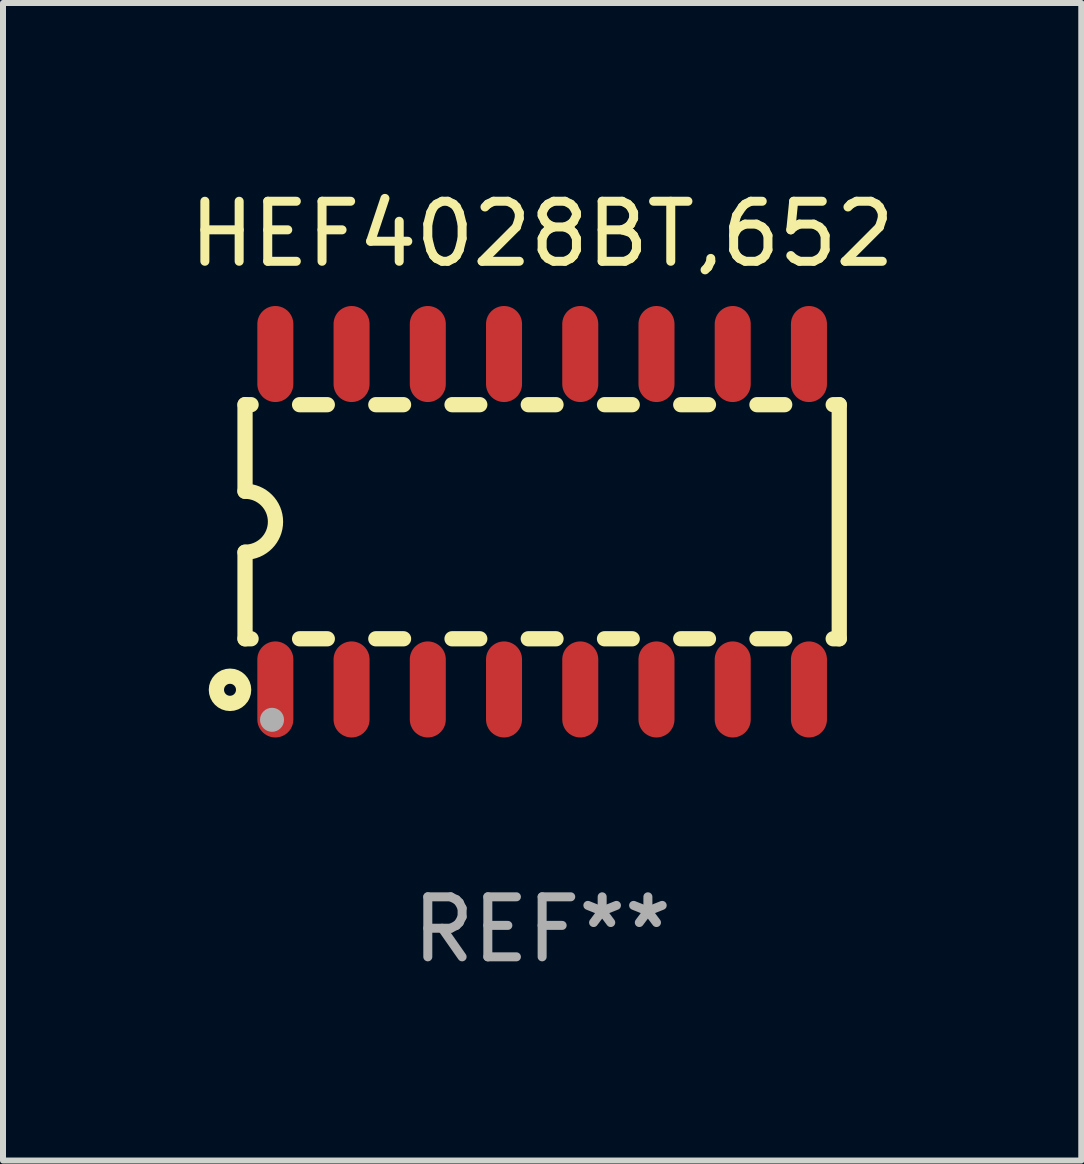
<source format=kicad_pcb>
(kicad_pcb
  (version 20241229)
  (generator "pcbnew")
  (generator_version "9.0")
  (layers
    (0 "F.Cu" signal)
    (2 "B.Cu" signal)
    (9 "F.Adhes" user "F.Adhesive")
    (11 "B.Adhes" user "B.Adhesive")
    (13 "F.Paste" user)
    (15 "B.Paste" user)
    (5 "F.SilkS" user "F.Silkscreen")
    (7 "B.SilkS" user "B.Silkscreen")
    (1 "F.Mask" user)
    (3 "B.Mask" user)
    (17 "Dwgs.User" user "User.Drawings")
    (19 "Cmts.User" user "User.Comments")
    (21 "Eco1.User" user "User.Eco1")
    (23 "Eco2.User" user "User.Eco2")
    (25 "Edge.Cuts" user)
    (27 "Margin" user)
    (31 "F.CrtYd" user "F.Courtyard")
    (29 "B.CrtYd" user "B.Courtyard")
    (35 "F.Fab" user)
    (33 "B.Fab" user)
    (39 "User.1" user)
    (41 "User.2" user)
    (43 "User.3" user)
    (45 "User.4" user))
  (footprint "HEF4028BT,652"
    (layer "F.Cu")
    (at 5.982 5.642)
    (property "Reference" "HEF4028BT,652" (at 0 -4.794 0) (layer "F.SilkS") (effects (font (size 1 1) (thickness 0.15))))
    (attr through_hole)
    (fp_line (start -4.95 -1.95) (end -4.95 -0.508) (stroke (width 0.254) (type solid)) (layer "F.SilkS"))
    (fp_line (start -4.95 -1.95) (end -4.849 -1.95) (stroke (width 0.254) (type solid)) (layer "F.SilkS"))
    (fp_line (start -4.95 1.95) (end -4.95 0.508) (stroke (width 0.254) (type solid)) (layer "F.SilkS"))
    (fp_line (start -4.95 1.95) (end -4.849 1.95) (stroke (width 0.254) (type solid)) (layer "F.SilkS"))
    (fp_line (start -4.041 -1.95) (end -3.579 -1.95) (stroke (width 0.254) (type solid)) (layer "F.SilkS"))
    (fp_line (start -4.041 1.95) (end -3.579 1.95) (stroke (width 0.254) (type solid)) (layer "F.SilkS"))
    (fp_line (start -2.771 -1.95) (end -2.309 -1.95) (stroke (width 0.254) (type solid)) (layer "F.SilkS"))
    (fp_line (start -2.771 1.95) (end -2.309 1.95) (stroke (width 0.254) (type solid)) (layer "F.SilkS"))
    (fp_line (start -1.501 -1.95) (end -1.039 -1.95) (stroke (width 0.254) (type solid)) (layer "F.SilkS"))
    (fp_line (start -1.501 1.95) (end -1.039 1.95) (stroke (width 0.254) (type solid)) (layer "F.SilkS"))
    (fp_line (start -0.231 -1.95) (end 0.231 -1.95) (stroke (width 0.254) (type solid)) (layer "F.SilkS"))
    (fp_line (start -0.231 1.95) (end 0.231 1.95) (stroke (width 0.254) (type solid)) (layer "F.SilkS"))
    (fp_line (start 1.039 -1.95) (end 1.501 -1.95) (stroke (width 0.254) (type solid)) (layer "F.SilkS"))
    (fp_line (start 1.039 1.95) (end 1.501 1.95) (stroke (width 0.254) (type solid)) (layer "F.SilkS"))
    (fp_line (start 2.309 -1.95) (end 2.771 -1.95) (stroke (width 0.254) (type solid)) (layer "F.SilkS"))
    (fp_line (start 2.309 1.95) (end 2.771 1.95) (stroke (width 0.254) (type solid)) (layer "F.SilkS"))
    (fp_line (start 3.579 -1.95) (end 4.041 -1.95) (stroke (width 0.254) (type solid)) (layer "F.SilkS"))
    (fp_line (start 3.579 1.95) (end 4.041 1.95) (stroke (width 0.254) (type solid)) (layer "F.SilkS"))
    (fp_line (start 4.849 -1.95) (end 4.95 -1.95) (stroke (width 0.254) (type solid)) (layer "F.SilkS"))
    (fp_line (start 4.849 1.95) (end 4.95 1.95) (stroke (width 0.254) (type solid)) (layer "F.SilkS"))
    (fp_line (start 4.95 -1.95) (end 4.95 1.95) (stroke (width 0.254) (type solid)) (layer "F.SilkS"))
    (fp_arc (start -4.95047 -0.508001) (mid -4.442469 -0.000228) (end -4.950013 0.508001) (stroke (width 0.254001) (type solid)) (layer "F.SilkS"))
    (fp_circle (center -5.2 2.8) (end -5.1 2.8) (stroke (width 0.254) (type solid)) (fill no) (layer "F.SilkS"))
    (fp_circle (center -4.95 2.947) (end -4.92 2.947) (stroke (width 0.06) (type solid)) (fill no) (layer "F.SilkS"))
    (fp_circle (center -4.5 3.3) (end -4.4 3.3) (stroke (width 0.2) (type solid)) (fill no) (layer "F.Fab"))
    (fp_text user "REF**" (at 0 6.794 0) (layer "F.Fab") (effects (font (size 1 1) (thickness 0.15))))
    (pad "1" smd oval (at -4.445 2.794) (size 0.6 1.6) (layers "F.Cu" "F.Mask" "F.Paste"))
    (pad "2" smd oval (at -3.175 2.794) (size 0.6 1.6) (layers "F.Cu" "F.Mask" "F.Paste"))
    (pad "3" smd oval (at -1.905 2.794) (size 0.6 1.6) (layers "F.Cu" "F.Mask" "F.Paste"))
    (pad "4" smd oval (at -0.635 2.794) (size 0.6 1.6) (layers "F.Cu" "F.Mask" "F.Paste"))
    (pad "5" smd oval (at 0.635 2.794) (size 0.6 1.6) (layers "F.Cu" "F.Mask" "F.Paste"))
    (pad "6" smd oval (at 1.905 2.794) (size 0.6 1.6) (layers "F.Cu" "F.Mask" "F.Paste"))
    (pad "7" smd oval (at 3.175 2.794) (size 0.6 1.6) (layers "F.Cu" "F.Mask" "F.Paste"))
    (pad "8" smd oval (at 4.445 2.794) (size 0.6 1.6) (layers "F.Cu" "F.Mask" "F.Paste"))
    (pad "9" smd oval (at 4.445 -2.794) (size 0.6 1.6) (layers "F.Cu" "F.Mask" "F.Paste"))
    (pad "10" smd oval (at 3.175 -2.794) (size 0.6 1.6) (layers "F.Cu" "F.Mask" "F.Paste"))
    (pad "11" smd oval (at 1.905 -2.794) (size 0.6 1.6) (layers "F.Cu" "F.Mask" "F.Paste"))
    (pad "12" smd oval (at 0.635 -2.794) (size 0.6 1.6) (layers "F.Cu" "F.Mask" "F.Paste"))
    (pad "13" smd oval (at -0.635 -2.794) (size 0.6 1.6) (layers "F.Cu" "F.Mask" "F.Paste"))
    (pad "14" smd oval (at -1.905 -2.794) (size 0.6 1.6) (layers "F.Cu" "F.Mask" "F.Paste"))
    (pad "15" smd oval (at -3.175 -2.794) (size 0.6 1.6) (layers "F.Cu" "F.Mask" "F.Paste"))
    (pad "16" smd oval (at -4.445 -2.794) (size 0.6 1.6) (layers "F.Cu" "F.Mask" "F.Paste")))
  (gr_rect
    (start -3 -3)
    (end 14.964 16.285)
    (stroke (width 0.1) (type default))
    (fill no)
    (layer "Edge.Cuts")))
</source>
